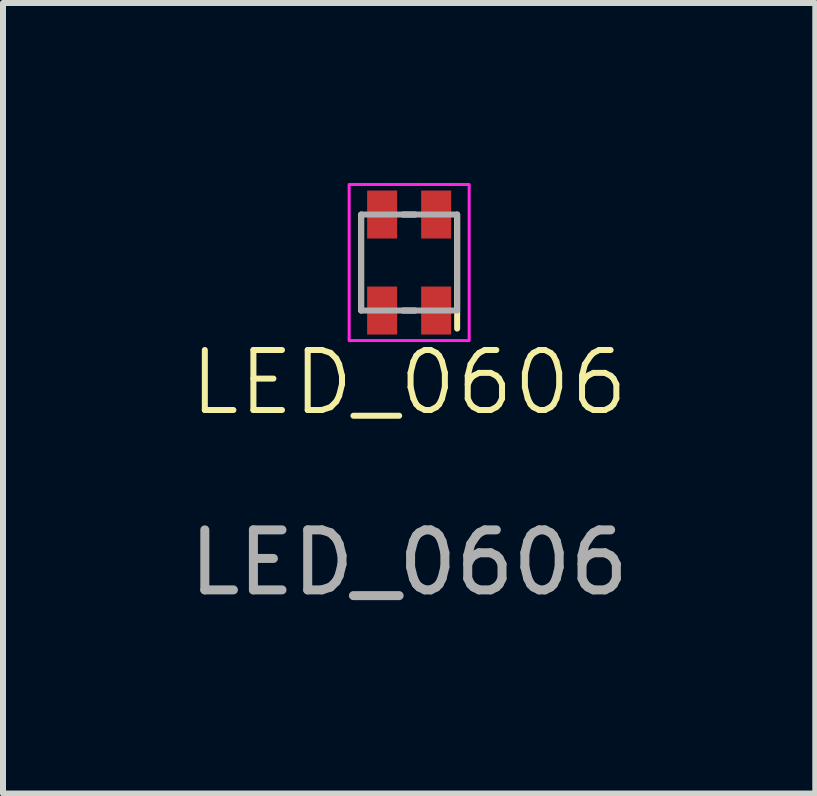
<source format=kicad_pcb>
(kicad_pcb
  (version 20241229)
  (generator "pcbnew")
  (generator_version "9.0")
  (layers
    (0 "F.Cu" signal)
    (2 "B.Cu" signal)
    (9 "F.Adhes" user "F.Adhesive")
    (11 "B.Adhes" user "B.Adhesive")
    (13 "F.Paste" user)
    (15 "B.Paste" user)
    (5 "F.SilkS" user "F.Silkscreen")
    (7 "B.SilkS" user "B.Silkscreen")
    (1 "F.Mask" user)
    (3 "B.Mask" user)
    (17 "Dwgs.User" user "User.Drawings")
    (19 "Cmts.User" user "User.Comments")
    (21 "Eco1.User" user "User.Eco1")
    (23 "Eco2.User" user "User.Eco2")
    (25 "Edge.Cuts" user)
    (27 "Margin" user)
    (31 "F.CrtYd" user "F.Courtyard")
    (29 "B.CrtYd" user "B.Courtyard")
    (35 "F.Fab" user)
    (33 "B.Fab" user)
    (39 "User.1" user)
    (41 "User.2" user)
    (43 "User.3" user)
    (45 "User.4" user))
  (footprint "LED_0606"
    (layer "F.Cu")
    (at 3.768 1.325)
    (property "Reference" "LED_0606" (at 0 2 0) (unlocked yes) (layer "F.SilkS") (effects (font (size 1 1) (thickness 0.1))))
    (attr smd)
    (fp_line (start -0.8 -0.8) (end -0.8 0.8) (stroke (width 0.1) (type default)) (layer "F.SilkS"))
    (fp_line (start -0.1 -0.8) (end 0.1 -0.8) (stroke (width 0.1) (type default)) (layer "F.SilkS"))
    (fp_line (start -0.1 0.8) (end 0.1 0.8) (stroke (width 0.1) (type default)) (layer "F.SilkS"))
    (fp_line (start 0.8 -0.8) (end 0.8 1.1) (stroke (width 0.1) (type default)) (layer "F.SilkS"))
    (fp_rect (start -1 -1.3) (end 1 1.3) (stroke (width 0.05) (type default)) (fill no) (layer "F.CrtYd"))
    (fp_rect (start -0.8 -0.8) (end 0.8 0.8) (stroke (width 0.1) (type default)) (fill no) (layer "F.Fab"))
    (fp_text user "${REFERENCE}" (at 0 5 0) (unlocked yes) (layer "F.Fab") (effects (font (size 1 1) (thickness 0.15))))
    (pad "1" smd rect (at 0.45 0.8) (size 0.5 0.8) (layers "F.Cu" "F.Mask" "F.Paste"))
    (pad "2" smd rect (at -0.45 0.8) (size 0.5 0.8) (layers "F.Cu" "F.Mask" "F.Paste"))
    (pad "3" smd rect (at -0.45 -0.8) (size 0.5 0.8) (layers "F.Cu" "F.Mask" "F.Paste"))
    (pad "4" smd rect (at 0.45 -0.8) (size 0.5 0.8) (layers "F.Cu" "F.Mask" "F.Paste")))
  (gr_rect
    (start -3 -3)
    (end 10.536 10.173)
    (stroke (width 0.1) (type default))
    (fill no)
    (layer "Edge.Cuts")))
</source>
